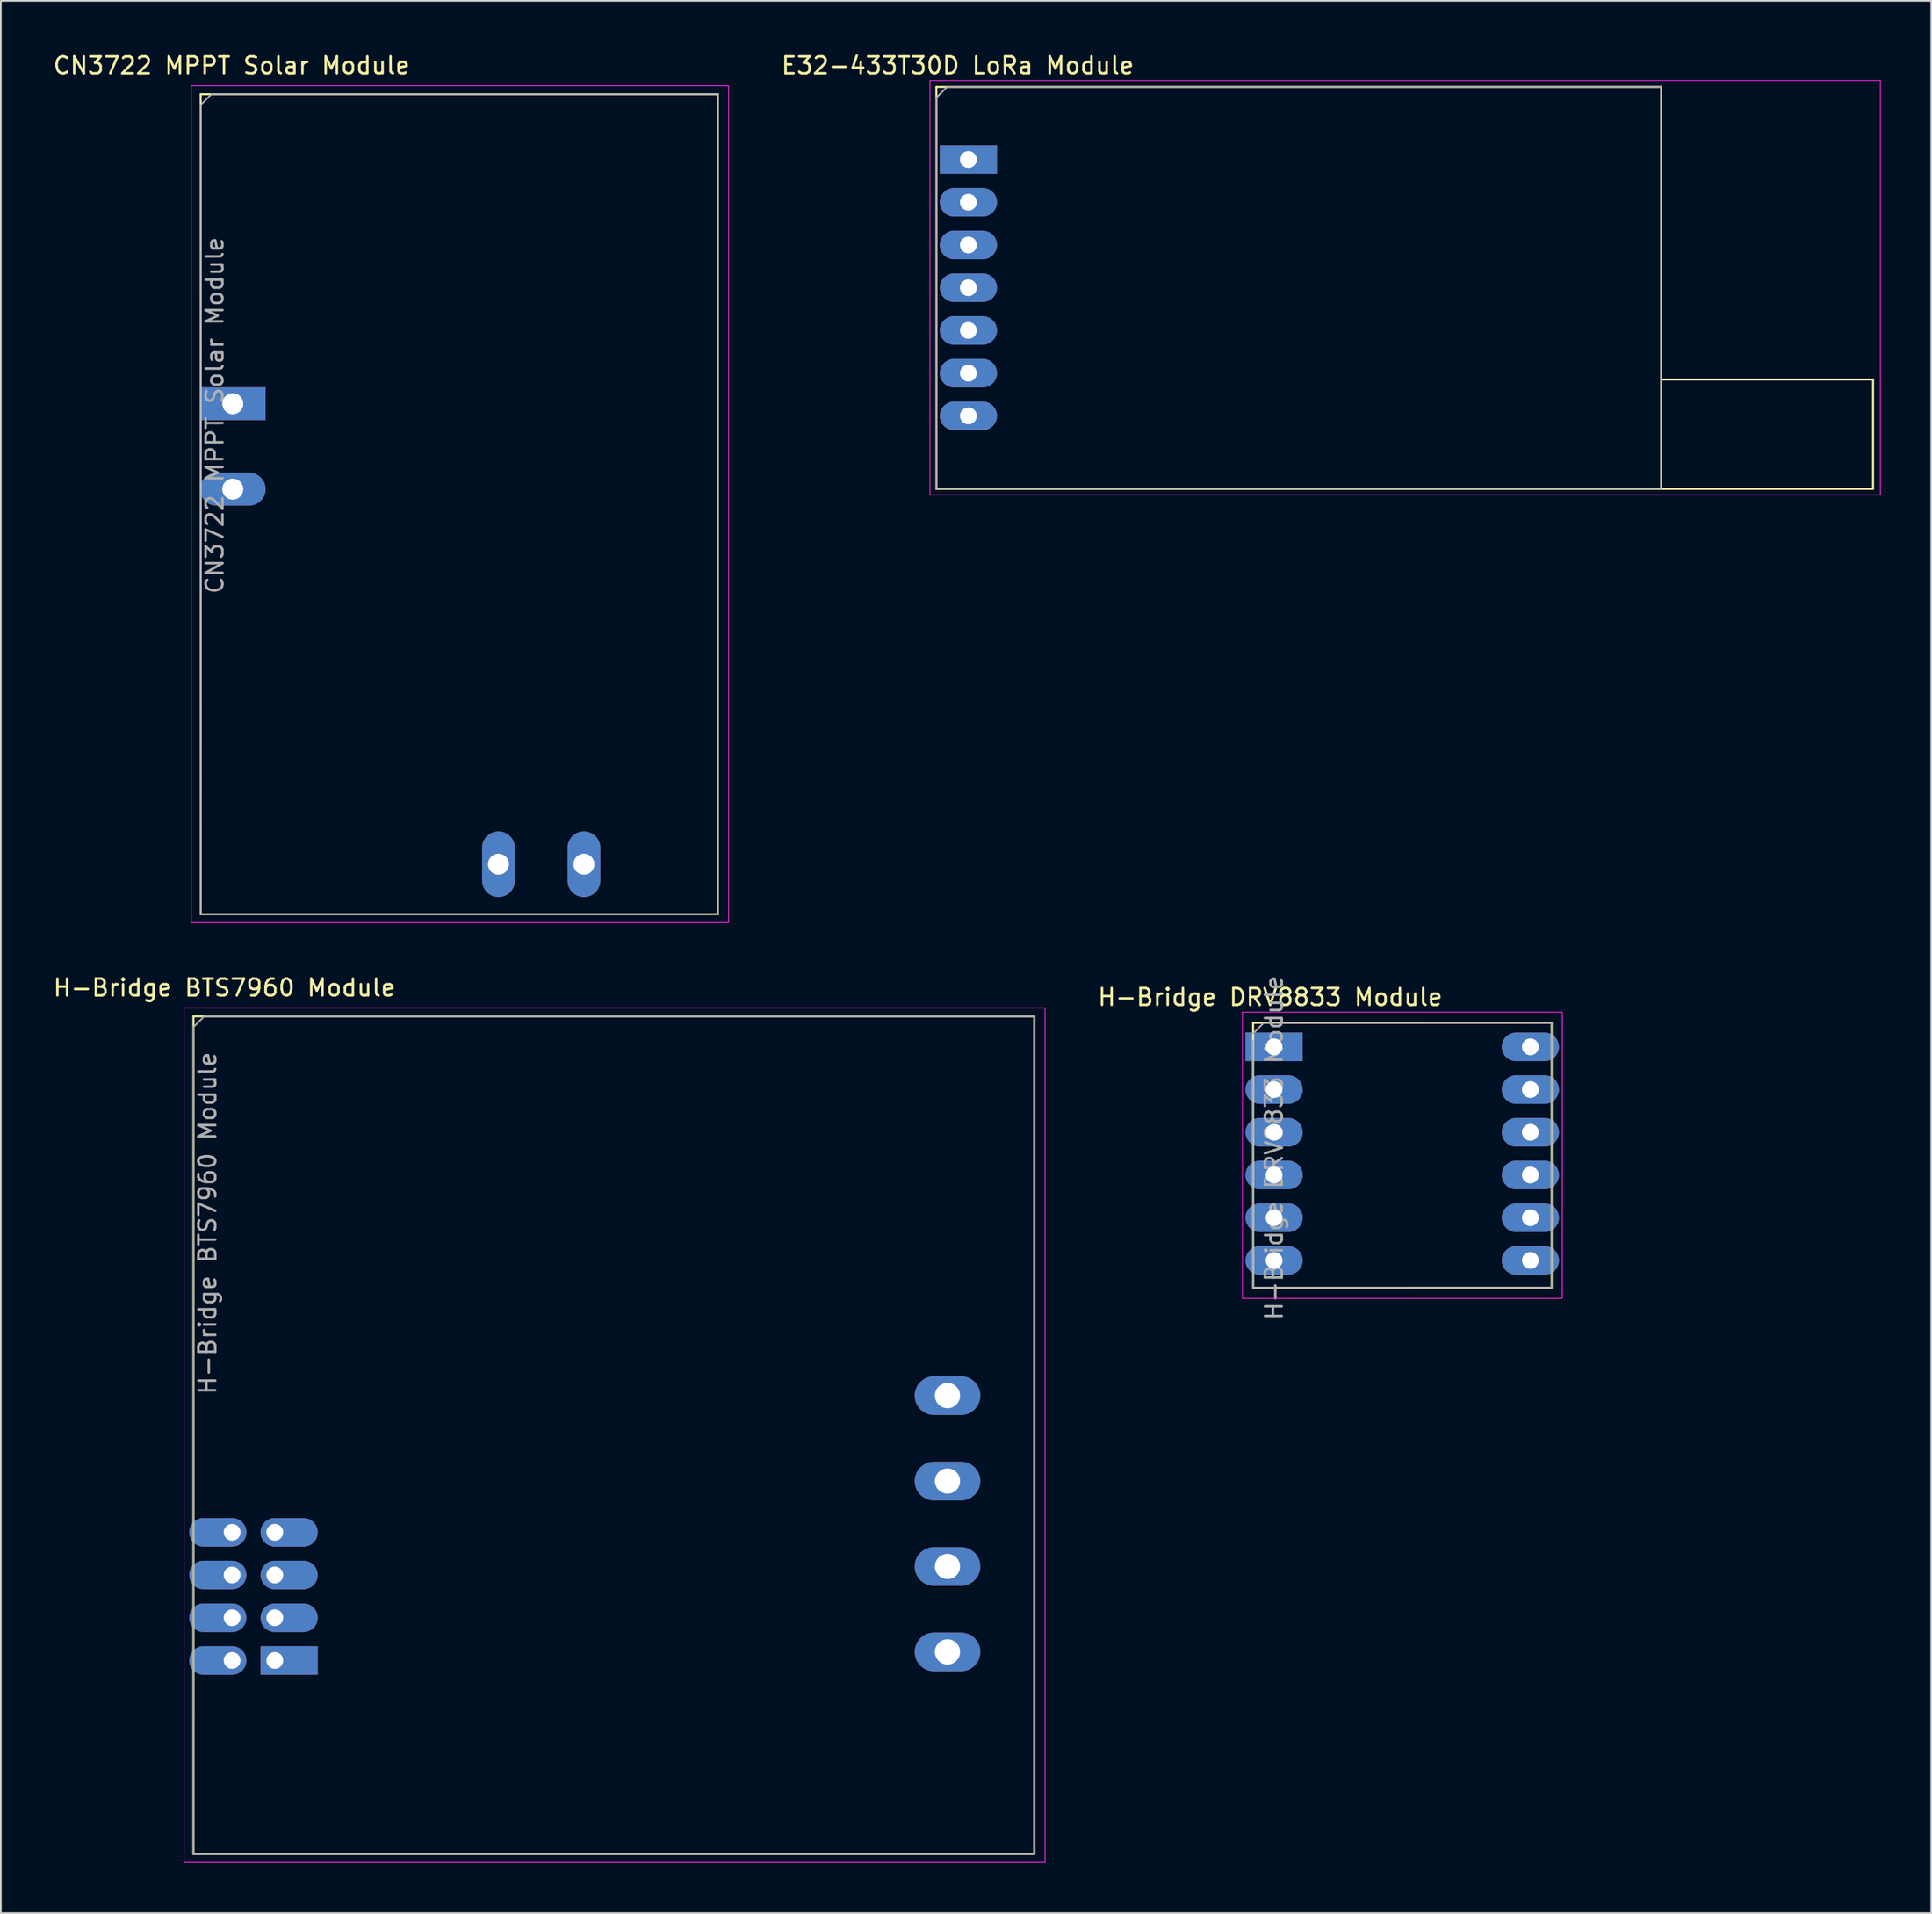
<source format=kicad_pcb>
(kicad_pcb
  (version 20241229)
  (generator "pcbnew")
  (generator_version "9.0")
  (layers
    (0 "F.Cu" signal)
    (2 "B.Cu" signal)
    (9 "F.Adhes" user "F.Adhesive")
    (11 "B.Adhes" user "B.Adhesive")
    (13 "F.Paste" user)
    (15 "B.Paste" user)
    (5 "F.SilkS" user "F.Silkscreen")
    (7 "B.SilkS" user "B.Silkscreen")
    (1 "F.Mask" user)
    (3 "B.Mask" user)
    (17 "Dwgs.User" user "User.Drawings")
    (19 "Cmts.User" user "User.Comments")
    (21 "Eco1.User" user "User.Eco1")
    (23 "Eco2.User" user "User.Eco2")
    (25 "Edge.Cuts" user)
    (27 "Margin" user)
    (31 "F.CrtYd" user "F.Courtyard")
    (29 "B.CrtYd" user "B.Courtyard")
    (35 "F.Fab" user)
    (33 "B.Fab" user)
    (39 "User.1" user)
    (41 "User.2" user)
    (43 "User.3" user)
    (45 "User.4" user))
  (footprint "H-Bridge BTS7960 Module"
    (layer "F.Cu")
    (at 13.292 95.677)
    (property "Reference" "H-Bridge BTS7960 Module" (at -3 -40 0) (layer "F.SilkS") (effects (font (size 1 1) (thickness 0.15))))
    (attr through_hole)
    (fp_line (start -4.84 -38.3) (end 45.16 -38.3) (stroke (width 0.12) (type solid)) (layer "F.SilkS"))
    (fp_line (start -4.84 11.5) (end -4.84 -38.3) (stroke (width 0.12) (type solid)) (layer "F.SilkS"))
    (fp_line (start -4.84 11.5) (end 45.16 11.5) (stroke (width 0.12) (type solid)) (layer "F.SilkS"))
    (fp_line (start 45.16 -38.3) (end 45.16 11.5) (stroke (width 0.12) (type solid)) (layer "F.SilkS"))
    (fp_line (start -5.4 -38.8) (end -5.4 12) (stroke (width 0.05) (type solid)) (layer "F.CrtYd"))
    (fp_line (start -5.4 -38.8) (end 45.8 -38.8) (stroke (width 0.05) (type solid)) (layer "F.CrtYd"))
    (fp_line (start -5.4 12) (end 45.8 12) (stroke (width 0.05) (type solid)) (layer "F.CrtYd"))
    (fp_line (start 45.8 -38.8) (end 45.8 12) (stroke (width 0.05) (type solid)) (layer "F.CrtYd"))
    (fp_line (start -4.84 11.5) (end -4.838 -37.663) (stroke (width 0.1) (type solid)) (layer "F.Fab"))
    (fp_line (start -4.838 -37.663) (end -4.202 -38.297) (stroke (width 0.1) (type solid)) (layer "F.Fab"))
    (fp_line (start -4.202 -38.297) (end 45.16 -38.297) (stroke (width 0.1) (type solid)) (layer "F.Fab"))
    (fp_line (start 45.16 -38.297) (end 45.16 11.5) (stroke (width 0.1) (type solid)) (layer "F.Fab"))
    (fp_line (start 45.16 11.5) (end -4.84 11.5) (stroke (width 0.1) (type solid)) (layer "F.Fab"))
    (fp_text user "${REFERENCE}" (at -4 -26 90) (layer "F.Fab") (effects (font (size 1 1) (thickness 0.15))))
    (pad "1" thru_hole rect (at 0 0) (size 3.4 1.7) (drill 1 (offset 0.85 0)) (layers "*.Cu" "*.Mask"))
    (pad "2" thru_hole oval (at -2.54 0) (size 3.4 1.7) (drill 1 (offset -0.85 0)) (layers "*.Cu" "*.Mask"))
    (pad "3" thru_hole oval (at 0 -2.54) (size 3.4 1.7) (drill 1 (offset 0.85 0)) (layers "*.Cu" "*.Mask"))
    (pad "4" thru_hole oval (at -2.54 -2.54) (size 3.4 1.7) (drill 1 (offset -0.85 0)) (layers "*.Cu" "*.Mask"))
    (pad "5" thru_hole oval (at 0 -5.08) (size 3.4 1.7) (drill 1 (offset 0.85 0)) (layers "*.Cu" "*.Mask"))
    (pad "6" thru_hole oval (at -2.54 -5.08) (size 3.4 1.7) (drill 1 (offset -0.85 0)) (layers "*.Cu" "*.Mask"))
    (pad "7" thru_hole oval (at 0 -7.62) (size 3.4 1.7) (drill 1 (offset 0.85 0)) (layers "*.Cu" "*.Mask"))
    (pad "8" thru_hole oval (at -2.54 -7.62) (size 3.4 1.7) (drill 1 (offset -0.85 0)) (layers "*.Cu" "*.Mask"))
    (pad "9" thru_hole oval (at 40 -0.508) (size 3.9 2.3) (drill 1.5) (layers "*.Cu" "*.Mask"))
    (pad "10" thru_hole oval (at 40 -5.588) (size 3.9 2.3) (drill 1.5) (layers "*.Cu" "*.Mask"))
    (pad "11" thru_hole oval (at 40 -10.668) (size 3.9 2.3) (drill 1.5) (layers "*.Cu" "*.Mask"))
    (pad "12" thru_hole oval (at 40 -15.748) (size 3.9 2.3) (drill 1.5) (layers "*.Cu" "*.Mask")))
  (footprint "CN3722 MPPT Solar Module"
    (layer "F.Cu")
    (at 10.793 20.954)
    (property "Reference" "CN3722 MPPT Solar Module" (at -0.072 -20.105 0) (layer "F.SilkS") (effects (font (size 1 1) (thickness 0.15))))
    (attr through_hole)
    (fp_line (start -1.912 -18.405) (end 28.84 -18.405) (stroke (width 0.12) (type solid)) (layer "F.SilkS"))
    (fp_line (start -1.91 30.35) (end -1.912 -18.405) (stroke (width 0.12) (type solid)) (layer "F.SilkS"))
    (fp_line (start -1.91 30.35) (end 28.84 30.35) (stroke (width 0.12) (type solid)) (layer "F.SilkS"))
    (fp_line (start 28.84 -18.4) (end 28.84 30.35) (stroke (width 0.12) (type solid)) (layer "F.SilkS"))
    (fp_line (start -2.472 -18.905) (end -2.472 30.85) (stroke (width 0.05) (type solid)) (layer "F.CrtYd"))
    (fp_line (start -2.472 -18.905) (end 29.48 -18.905) (stroke (width 0.05) (type solid)) (layer "F.CrtYd"))
    (fp_line (start -2.47 30.85) (end 29.48 30.85) (stroke (width 0.05) (type solid)) (layer "F.CrtYd"))
    (fp_line (start 29.48 -18.905) (end 29.48 30.85) (stroke (width 0.05) (type solid)) (layer "F.CrtYd"))
    (fp_line (start -1.91 30.35) (end -1.907 -17.771) (stroke (width 0.1) (type solid)) (layer "F.Fab"))
    (fp_line (start -1.91 -17.768) (end -1.275 -18.403) (stroke (width 0.1) (type solid)) (layer "F.Fab"))
    (fp_line (start -1.275 -18.403) (end 28.84 -18.4) (stroke (width 0.1) (type solid)) (layer "F.Fab"))
    (fp_line (start 28.84 -18.39) (end 28.84 30.35) (stroke (width 0.1) (type solid)) (layer "F.Fab"))
    (fp_line (start 28.84 30.35) (end -1.91 30.35) (stroke (width 0.1) (type solid)) (layer "F.Fab"))
    (fp_text user "${REFERENCE}" (at -1.069 0.695 90) (layer "F.Fab") (effects (font (size 1 1) (thickness 0.15))))
    (pad "1" thru_hole rect (at 0 0) (size 3.9 1.95) (drill 1.25) (layers "*.Cu" "*.Mask"))
    (pad "2" thru_hole oval (at 0 5.08) (size 3.9 1.95) (drill 1.25) (layers "*.Cu" "*.Mask"))
    (pad "3" thru_hole oval (at 15.8 27.38 90) (size 3.9 1.95) (drill 1.25) (layers "*.Cu" "*.Mask"))
    (pad "4" thru_hole oval (at 20.88 27.38 90) (size 3.9 1.95) (drill 1.25) (layers "*.Cu" "*.Mask")))
  (footprint "H-Bridge DRV8833 Module"
    (layer "F.Cu")
    (at 72.712 59.192)
    (property "Reference" "H-Bridge DRV8833 Module" (at -0.232 -2.952 0) (layer "F.SilkS") (effects (font (size 1 1) (thickness 0.15))))
    (attr through_hole)
    (fp_line (start -1.248 -1.428) (end -1.248 14.32) (stroke (width 0.12) (type solid)) (layer "F.SilkS"))
    (fp_line (start -1.248 -1.428) (end 16.502 -1.43) (stroke (width 0.12) (type solid)) (layer "F.SilkS"))
    (fp_line (start -1.248 14.322) (end 16.502 14.322) (stroke (width 0.12) (type solid)) (layer "F.SilkS"))
    (fp_line (start 16.502 -1.43) (end 16.502 14.322) (stroke (width 0.12) (type solid)) (layer "F.SilkS"))
    (fp_line (start -1.883 -2.063) (end -1.883 14.957) (stroke (width 0.05) (type solid)) (layer "F.CrtYd"))
    (fp_line (start -1.883 -2.063) (end 17.14 -2.063) (stroke (width 0.05) (type solid)) (layer "F.CrtYd"))
    (fp_line (start -1.883 14.957) (end 17.137 14.957) (stroke (width 0.05) (type solid)) (layer "F.CrtYd"))
    (fp_line (start 17.14 -2.063) (end 17.137 14.957) (stroke (width 0.05) (type solid)) (layer "F.CrtYd"))
    (fp_line (start -1.25 14.32) (end -1.27 -0.365) (stroke (width 0.1) (type solid)) (layer "F.Fab"))
    (fp_line (start -1.248 -0.793) (end -0.613 -1.428) (stroke (width 0.1) (type solid)) (layer "F.Fab"))
    (fp_line (start -0.613 -1.428) (end 16.5 -1.428) (stroke (width 0.1) (type solid)) (layer "F.Fab"))
    (fp_line (start 16.502 -1.43) (end 16.502 14.332) (stroke (width 0.1) (type solid)) (layer "F.Fab"))
    (fp_line (start 16.502 14.322) (end -1.25 14.32) (stroke (width 0.1) (type solid)) (layer "F.Fab"))
    (fp_text user "${REFERENCE}" (at 0 6 90) (layer "F.Fab") (effects (font (size 1 1) (thickness 0.15))))
    (pad "1" thru_hole rect (at 0 0) (size 3.4 1.7) (drill 1) (layers "*.Cu" "*.Mask"))
    (pad "2" thru_hole oval (at 0 2.54) (size 3.4 1.7) (drill 1) (layers "*.Cu" "*.Mask"))
    (pad "3" thru_hole oval (at 0 5.08) (size 3.4 1.7) (drill 1) (layers "*.Cu" "*.Mask"))
    (pad "4" thru_hole oval (at 0 7.62) (size 3.4 1.7) (drill 1) (layers "*.Cu" "*.Mask"))
    (pad "5" thru_hole oval (at 0 10.16) (size 3.4 1.7) (drill 1) (layers "*.Cu" "*.Mask"))
    (pad "6" thru_hole oval (at 0 12.7) (size 3.4 1.7) (drill 1) (layers "*.Cu" "*.Mask"))
    (pad "7" thru_hole oval (at 15.24 12.7) (size 3.4 1.7) (drill 1) (layers "*.Cu" "*.Mask"))
    (pad "8" thru_hole oval (at 15.24 10.16) (size 3.4 1.7) (drill 1) (layers "*.Cu" "*.Mask"))
    (pad "9" thru_hole oval (at 15.24 7.62) (size 3.4 1.7) (drill 1) (layers "*.Cu" "*.Mask"))
    (pad "10" thru_hole oval (at 15.24 5.08) (size 3.4 1.7) (drill 1) (layers "*.Cu" "*.Mask"))
    (pad "11" thru_hole oval (at 15.24 2.54) (size 3.4 1.7) (drill 1) (layers "*.Cu" "*.Mask"))
    (pad "12" thru_hole oval (at 15.24 0) (size 3.4 1.7) (drill 1) (layers "*.Cu" "*.Mask")))
  (footprint "E32-433T30D LoRa Module"
    (layer "F.Cu")
    (at 54.534 6.436)
    (property "Reference" "E32-433T30D LoRa Module" (at -0.635 -5.588 0) (layer "F.SilkS") (effects (font (size 1 1) (thickness 0.15))))
    (attr through_hole)
    (fp_line (start -1.905 -4.318) (end -1.905 19.582) (stroke (width 0.12) (type solid)) (layer "F.SilkS"))
    (fp_line (start -1.905 -4.318) (end 41.195 -4.318) (stroke (width 0.12) (type solid)) (layer "F.SilkS"))
    (fp_line (start -1.905 19.582) (end 41.195 19.582) (stroke (width 0.12) (type solid)) (layer "F.SilkS"))
    (fp_line (start 41.195 -4.318) (end 41.195 19.582) (stroke (width 0.12) (type solid)) (layer "F.SilkS"))
    (fp_line (start 41.195 13.082) (end 53.795 13.082) (stroke (width 0.12) (type solid)) (layer "F.SilkS"))
    (fp_line (start 41.195 19.582) (end 53.795 19.582) (stroke (width 0.12) (type solid)) (layer "F.SilkS"))
    (fp_line (start 53.795 13.082) (end 53.795 19.582) (stroke (width 0.12) (type solid)) (layer "F.SilkS"))
    (fp_line (start -2.286 -4.699) (end -2.286 19.939) (stroke (width 0.05) (type solid)) (layer "F.CrtYd"))
    (fp_line (start -2.286 -4.699) (end 54.229 -4.699) (stroke (width 0.05) (type solid)) (layer "F.CrtYd"))
    (fp_line (start -2.286 19.939) (end 54.229 19.939) (stroke (width 0.05) (type solid)) (layer "F.CrtYd"))
    (fp_line (start 54.229 -4.699) (end 54.229 19.939) (stroke (width 0.05) (type solid)) (layer "F.CrtYd"))
    (fp_line (start -1.905 -3.683) (end -1.27 -4.318) (stroke (width 0.1) (type solid)) (layer "F.Fab"))
    (fp_line (start -1.905 19.558) (end -1.905 -3.683) (stroke (width 0.1) (type solid)) (layer "F.Fab"))
    (fp_line (start -1.27 -4.318) (end 41.199 -4.318) (stroke (width 0.1) (type solid)) (layer "F.Fab"))
    (fp_line (start 41.199 -4.318) (end 41.199 19.558) (stroke (width 0.1) (type solid)) (layer "F.Fab"))
    (fp_line (start 41.199 19.558) (end -1.905 19.558) (stroke (width 0.1) (type solid)) (layer "F.Fab"))
    (pad "1" thru_hole rect (at 0 0) (size 3.4 1.7) (drill 1) (layers "*.Cu" "*.Mask"))
    (pad "2" thru_hole oval (at 0 2.54) (size 3.4 1.7) (drill 1) (layers "*.Cu" "*.Mask"))
    (pad "3" thru_hole oval (at 0 5.08) (size 3.4 1.7) (drill 1) (layers "*.Cu" "*.Mask"))
    (pad "4" thru_hole oval (at 0 7.62) (size 3.4 1.7) (drill 1) (layers "*.Cu" "*.Mask"))
    (pad "5" thru_hole oval (at 0 10.16) (size 3.4 1.7) (drill 1) (layers "*.Cu" "*.Mask"))
    (pad "6" thru_hole oval (at 0 12.7) (size 3.4 1.7) (drill 1) (layers "*.Cu" "*.Mask"))
    (pad "7" thru_hole oval (at 0 15.24) (size 3.4 1.7) (drill 1) (layers "*.Cu" "*.Mask")))
  (gr_rect
    (start -3 -3)
    (end 111.788 110.702)
    (stroke (width 0.1) (type default))
    (fill no)
    (layer "Edge.Cuts")))
</source>
